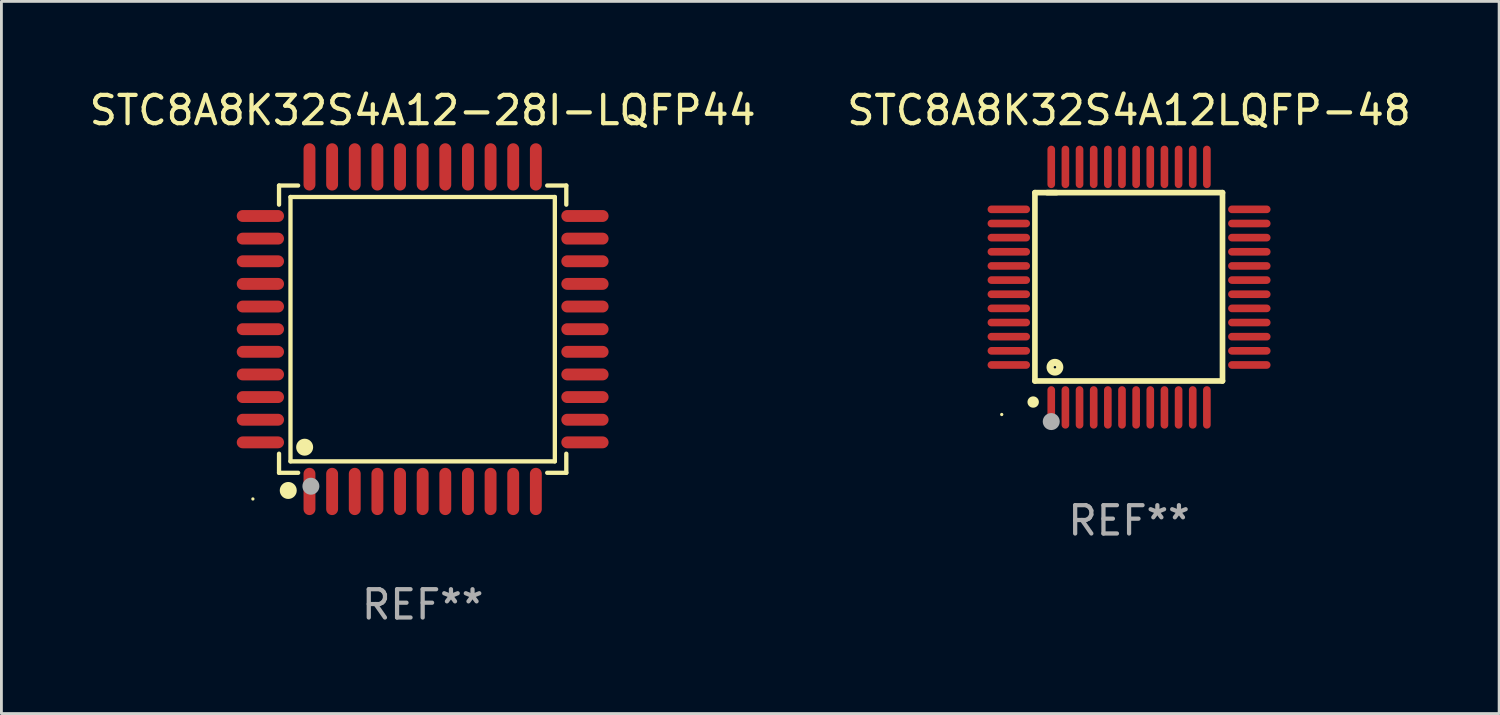
<source format=kicad_pcb>
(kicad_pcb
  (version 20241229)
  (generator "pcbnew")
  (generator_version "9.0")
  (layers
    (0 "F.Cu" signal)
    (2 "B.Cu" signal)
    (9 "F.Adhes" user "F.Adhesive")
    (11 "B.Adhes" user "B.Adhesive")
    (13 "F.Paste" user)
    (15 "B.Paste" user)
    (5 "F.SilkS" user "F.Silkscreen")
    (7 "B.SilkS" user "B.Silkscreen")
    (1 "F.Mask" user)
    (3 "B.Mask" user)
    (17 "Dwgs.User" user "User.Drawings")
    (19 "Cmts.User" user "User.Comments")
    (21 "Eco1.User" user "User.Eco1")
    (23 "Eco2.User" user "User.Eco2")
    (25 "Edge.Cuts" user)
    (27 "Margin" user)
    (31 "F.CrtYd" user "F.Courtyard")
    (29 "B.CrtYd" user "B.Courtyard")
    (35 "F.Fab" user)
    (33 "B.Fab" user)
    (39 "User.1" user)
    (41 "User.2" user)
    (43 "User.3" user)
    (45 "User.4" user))
  (footprint "STC8A8K32S4A12LQFP-48"
    (layer "F.Cu")
    (at 36.851 7.098)
    (property "Reference" "STC8A8K32S4A12LQFP-48" (at 0 -6.25 0) (layer "F.SilkS") (effects (font (size 1 1) (thickness 0.15))))
    (attr through_hole)
    (fp_line (start -3.327 -3.34) (end -2.565 -3.34) (stroke (width 0.2) (type solid)) (layer "F.SilkS"))
    (fp_line (start -3.327 3.315) (end -3.327 -3.34) (stroke (width 0.2) (type solid)) (layer "F.SilkS"))
    (fp_line (start -2.896 -3.34) (end 3.302 -3.34) (stroke (width 0.2) (type solid)) (layer "F.SilkS"))
    (fp_line (start 3.302 -3.34) (end 3.302 3.315) (stroke (width 0.2) (type solid)) (layer "F.SilkS"))
    (fp_line (start 3.302 3.315) (end -3.327 3.315) (stroke (width 0.2) (type solid)) (layer "F.SilkS"))
    (fp_arc (start -3.389992 4.059995) (mid -3.388722 4.059991) (end -3.387452 4.059995) (stroke (width 0.4) (type solid)) (layer "F.SilkS"))
    (fp_circle (center -4.5 4.5) (end -4.47 4.5) (stroke (width 0.06) (type solid)) (fill no) (layer "F.SilkS"))
    (fp_circle (center -2.62 2.83) (end -2.45 2.83) (stroke (width 0.254) (type solid)) (fill no) (layer "F.SilkS"))
    (fp_circle (center -2.75 4.75) (end -2.6 4.75) (stroke (width 0.3) (type solid)) (fill no) (layer "F.Fab"))
    (fp_text user "REF**" (at 0 8.25 0) (layer "F.Fab") (effects (font (size 1 1) (thickness 0.15))))
    (pad "1" smd oval (at -2.75 4.25) (size 0.27 1.5) (layers "F.Cu" "F.Mask" "F.Paste"))
    (pad "2" smd oval (at -2.25 4.25) (size 0.27 1.5) (layers "F.Cu" "F.Mask" "F.Paste"))
    (pad "3" smd oval (at -1.75 4.25) (size 0.27 1.5) (layers "F.Cu" "F.Mask" "F.Paste"))
    (pad "4" smd oval (at -1.25 4.25) (size 0.27 1.5) (layers "F.Cu" "F.Mask" "F.Paste"))
    (pad "5" smd oval (at -0.75 4.25) (size 0.27 1.5) (layers "F.Cu" "F.Mask" "F.Paste"))
    (pad "6" smd oval (at -0.25 4.25) (size 0.27 1.5) (layers "F.Cu" "F.Mask" "F.Paste"))
    (pad "7" smd oval (at 0.25 4.25) (size 0.27 1.5) (layers "F.Cu" "F.Mask" "F.Paste"))
    (pad "8" smd oval (at 0.75 4.25) (size 0.27 1.5) (layers "F.Cu" "F.Mask" "F.Paste"))
    (pad "9" smd oval (at 1.25 4.25) (size 0.27 1.5) (layers "F.Cu" "F.Mask" "F.Paste"))
    (pad "10" smd oval (at 1.75 4.25) (size 0.27 1.5) (layers "F.Cu" "F.Mask" "F.Paste"))
    (pad "11" smd oval (at 2.25 4.25) (size 0.27 1.5) (layers "F.Cu" "F.Mask" "F.Paste"))
    (pad "12" smd oval (at 2.75 4.25) (size 0.27 1.5) (layers "F.Cu" "F.Mask" "F.Paste"))
    (pad "13" smd oval (at 4.25 2.75) (size 1.5 0.27) (layers "F.Cu" "F.Mask" "F.Paste"))
    (pad "14" smd oval (at 4.25 2.25) (size 1.5 0.27) (layers "F.Cu" "F.Mask" "F.Paste"))
    (pad "15" smd oval (at 4.25 1.75) (size 1.5 0.27) (layers "F.Cu" "F.Mask" "F.Paste"))
    (pad "16" smd oval (at 4.25 1.25) (size 1.5 0.27) (layers "F.Cu" "F.Mask" "F.Paste"))
    (pad "17" smd oval (at 4.25 0.75) (size 1.5 0.27) (layers "F.Cu" "F.Mask" "F.Paste"))
    (pad "18" smd oval (at 4.25 0.25) (size 1.5 0.27) (layers "F.Cu" "F.Mask" "F.Paste"))
    (pad "19" smd oval (at 4.25 -0.25) (size 1.5 0.27) (layers "F.Cu" "F.Mask" "F.Paste"))
    (pad "20" smd oval (at 4.25 -0.75) (size 1.5 0.27) (layers "F.Cu" "F.Mask" "F.Paste"))
    (pad "21" smd oval (at 4.25 -1.25) (size 1.5 0.27) (layers "F.Cu" "F.Mask" "F.Paste"))
    (pad "22" smd oval (at 4.25 -1.75) (size 1.5 0.27) (layers "F.Cu" "F.Mask" "F.Paste"))
    (pad "23" smd oval (at 4.25 -2.25) (size 1.5 0.27) (layers "F.Cu" "F.Mask" "F.Paste"))
    (pad "24" smd oval (at 4.25 -2.75) (size 1.5 0.27) (layers "F.Cu" "F.Mask" "F.Paste"))
    (pad "25" smd oval (at 2.75 -4.25) (size 0.27 1.5) (layers "F.Cu" "F.Mask" "F.Paste"))
    (pad "26" smd oval (at 2.25 -4.25) (size 0.27 1.5) (layers "F.Cu" "F.Mask" "F.Paste"))
    (pad "27" smd oval (at 1.75 -4.25) (size 0.27 1.5) (layers "F.Cu" "F.Mask" "F.Paste"))
    (pad "28" smd oval (at 1.25 -4.25) (size 0.27 1.5) (layers "F.Cu" "F.Mask" "F.Paste"))
    (pad "29" smd oval (at 0.75 -4.25) (size 0.27 1.5) (layers "F.Cu" "F.Mask" "F.Paste"))
    (pad "30" smd oval (at 0.25 -4.25) (size 0.27 1.5) (layers "F.Cu" "F.Mask" "F.Paste"))
    (pad "31" smd oval (at -0.25 -4.25) (size 0.27 1.5) (layers "F.Cu" "F.Mask" "F.Paste"))
    (pad "32" smd oval (at -0.75 -4.25) (size 0.27 1.5) (layers "F.Cu" "F.Mask" "F.Paste"))
    (pad "33" smd oval (at -1.25 -4.25) (size 0.27 1.5) (layers "F.Cu" "F.Mask" "F.Paste"))
    (pad "34" smd oval (at -1.75 -4.25) (size 0.27 1.5) (layers "F.Cu" "F.Mask" "F.Paste"))
    (pad "35" smd oval (at -2.25 -4.25) (size 0.27 1.5) (layers "F.Cu" "F.Mask" "F.Paste"))
    (pad "36" smd oval (at -2.75 -4.25) (size 0.27 1.5) (layers "F.Cu" "F.Mask" "F.Paste"))
    (pad "37" smd oval (at -4.25 -2.75) (size 1.5 0.27) (layers "F.Cu" "F.Mask" "F.Paste"))
    (pad "38" smd oval (at -4.25 -2.25) (size 1.5 0.27) (layers "F.Cu" "F.Mask" "F.Paste"))
    (pad "39" smd oval (at -4.25 -1.75) (size 1.5 0.27) (layers "F.Cu" "F.Mask" "F.Paste"))
    (pad "40" smd oval (at -4.25 -1.25) (size 1.5 0.27) (layers "F.Cu" "F.Mask" "F.Paste"))
    (pad "41" smd oval (at -4.25 -0.75) (size 1.5 0.27) (layers "F.Cu" "F.Mask" "F.Paste"))
    (pad "42" smd oval (at -4.25 -0.25) (size 1.5 0.27) (layers "F.Cu" "F.Mask" "F.Paste"))
    (pad "43" smd oval (at -4.25 0.25) (size 1.5 0.27) (layers "F.Cu" "F.Mask" "F.Paste"))
    (pad "44" smd oval (at -4.25 0.75) (size 1.5 0.27) (layers "F.Cu" "F.Mask" "F.Paste"))
    (pad "45" smd oval (at -4.25 1.25) (size 1.5 0.27) (layers "F.Cu" "F.Mask" "F.Paste"))
    (pad "46" smd oval (at -4.25 1.75) (size 1.5 0.27) (layers "F.Cu" "F.Mask" "F.Paste"))
    (pad "47" smd oval (at -4.25 2.25) (size 1.5 0.27) (layers "F.Cu" "F.Mask" "F.Paste"))
    (pad "48" smd oval (at -4.25 2.75) (size 1.5 0.27) (layers "F.Cu" "F.Mask" "F.Paste")))
  (footprint "STC8A8K32S4A12-28I-LQFP44"
    (layer "F.Cu")
    (at 11.887 8.583)
    (property "Reference" "STC8A8K32S4A12-28I-LQFP44" (at 0 -7.735 0) (layer "F.SilkS") (effects (font (size 1 1) (thickness 0.15))))
    (attr through_hole)
    (fp_line (start -5.076 -5.076) (end -4.401 -5.076) (stroke (width 0.152) (type solid)) (layer "F.SilkS"))
    (fp_line (start -5.076 -4.401) (end -5.076 -5.076) (stroke (width 0.152) (type solid)) (layer "F.SilkS"))
    (fp_line (start -5.076 4.401) (end -5.076 5.076) (stroke (width 0.152) (type solid)) (layer "F.SilkS"))
    (fp_line (start -5.076 5.076) (end -4.401 5.076) (stroke (width 0.152) (type solid)) (layer "F.SilkS"))
    (fp_line (start -4.671 -4.671) (end 4.671 -4.671) (stroke (width 0.152) (type solid)) (layer "F.SilkS"))
    (fp_line (start -4.671 4.671) (end -4.671 -4.671) (stroke (width 0.152) (type solid)) (layer "F.SilkS"))
    (fp_line (start 4.671 -4.671) (end 4.671 4.671) (stroke (width 0.152) (type solid)) (layer "F.SilkS"))
    (fp_line (start 4.671 4.671) (end -4.671 4.671) (stroke (width 0.152) (type solid)) (layer "F.SilkS"))
    (fp_line (start 5.076 -5.076) (end 4.401 -5.076) (stroke (width 0.152) (type solid)) (layer "F.SilkS"))
    (fp_line (start 5.076 -4.401) (end 5.076 -5.076) (stroke (width 0.152) (type solid)) (layer "F.SilkS"))
    (fp_line (start 5.076 4.401) (end 5.076 5.076) (stroke (width 0.152) (type solid)) (layer "F.SilkS"))
    (fp_line (start 5.076 5.076) (end 4.401 5.076) (stroke (width 0.152) (type solid)) (layer "F.SilkS"))
    (fp_circle (center -6 6) (end -5.97 6) (stroke (width 0.06) (type solid)) (fill no) (layer "F.SilkS"))
    (fp_circle (center -4.75 5.7) (end -4.6 5.7) (stroke (width 0.3) (type solid)) (fill no) (layer "F.SilkS"))
    (fp_circle (center -4.171 4.171) (end -4.021 4.171) (stroke (width 0.3) (type solid)) (fill no) (layer "F.SilkS"))
    (fp_circle (center -3.95 5.55) (end -3.8 5.55) (stroke (width 0.3) (type solid)) (fill no) (layer "F.Fab"))
    (fp_text user "REF**" (at 0 9.735 0) (layer "F.Fab") (effects (font (size 1 1) (thickness 0.15))))
    (pad "1" smd oval (at -4 5.735) (size 0.42 1.67) (layers "F.Cu" "F.Mask" "F.Paste"))
    (pad "2" smd oval (at -3.2 5.735) (size 0.42 1.67) (layers "F.Cu" "F.Mask" "F.Paste"))
    (pad "3" smd oval (at -2.4 5.735) (size 0.42 1.67) (layers "F.Cu" "F.Mask" "F.Paste"))
    (pad "4" smd oval (at -1.6 5.735) (size 0.42 1.67) (layers "F.Cu" "F.Mask" "F.Paste"))
    (pad "5" smd oval (at -0.8 5.735) (size 0.42 1.67) (layers "F.Cu" "F.Mask" "F.Paste"))
    (pad "6" smd oval (at 0 5.735) (size 0.42 1.67) (layers "F.Cu" "F.Mask" "F.Paste"))
    (pad "7" smd oval (at 0.8 5.735) (size 0.42 1.67) (layers "F.Cu" "F.Mask" "F.Paste"))
    (pad "8" smd oval (at 1.6 5.735) (size 0.42 1.67) (layers "F.Cu" "F.Mask" "F.Paste"))
    (pad "9" smd oval (at 2.4 5.735) (size 0.42 1.67) (layers "F.Cu" "F.Mask" "F.Paste"))
    (pad "10" smd oval (at 3.2 5.735) (size 0.42 1.67) (layers "F.Cu" "F.Mask" "F.Paste"))
    (pad "11" smd oval (at 4 5.735) (size 0.42 1.67) (layers "F.Cu" "F.Mask" "F.Paste"))
    (pad "12" smd oval (at 5.735 4) (size 1.67 0.42) (layers "F.Cu" "F.Mask" "F.Paste"))
    (pad "13" smd oval (at 5.735 3.2) (size 1.67 0.42) (layers "F.Cu" "F.Mask" "F.Paste"))
    (pad "14" smd oval (at 5.735 2.4) (size 1.67 0.42) (layers "F.Cu" "F.Mask" "F.Paste"))
    (pad "15" smd oval (at 5.735 1.6) (size 1.67 0.42) (layers "F.Cu" "F.Mask" "F.Paste"))
    (pad "16" smd oval (at 5.735 0.8) (size 1.67 0.42) (layers "F.Cu" "F.Mask" "F.Paste"))
    (pad "17" smd oval (at 5.735 0) (size 1.67 0.42) (layers "F.Cu" "F.Mask" "F.Paste"))
    (pad "18" smd oval (at 5.735 -0.8) (size 1.67 0.42) (layers "F.Cu" "F.Mask" "F.Paste"))
    (pad "19" smd oval (at 5.735 -1.6) (size 1.67 0.42) (layers "F.Cu" "F.Mask" "F.Paste"))
    (pad "20" smd oval (at 5.735 -2.4) (size 1.67 0.42) (layers "F.Cu" "F.Mask" "F.Paste"))
    (pad "21" smd oval (at 5.735 -3.2) (size 1.67 0.42) (layers "F.Cu" "F.Mask" "F.Paste"))
    (pad "22" smd oval (at 5.735 -4) (size 1.67 0.42) (layers "F.Cu" "F.Mask" "F.Paste"))
    (pad "23" smd oval (at 4 -5.735) (size 0.42 1.67) (layers "F.Cu" "F.Mask" "F.Paste"))
    (pad "24" smd oval (at 3.2 -5.735) (size 0.42 1.67) (layers "F.Cu" "F.Mask" "F.Paste"))
    (pad "25" smd oval (at 2.4 -5.735) (size 0.42 1.67) (layers "F.Cu" "F.Mask" "F.Paste"))
    (pad "26" smd oval (at 1.6 -5.735) (size 0.42 1.67) (layers "F.Cu" "F.Mask" "F.Paste"))
    (pad "27" smd oval (at 0.8 -5.735) (size 0.42 1.67) (layers "F.Cu" "F.Mask" "F.Paste"))
    (pad "28" smd oval (at 0 -5.735) (size 0.42 1.67) (layers "F.Cu" "F.Mask" "F.Paste"))
    (pad "29" smd oval (at -0.8 -5.735) (size 0.42 1.67) (layers "F.Cu" "F.Mask" "F.Paste"))
    (pad "30" smd oval (at -1.6 -5.735) (size 0.42 1.67) (layers "F.Cu" "F.Mask" "F.Paste"))
    (pad "31" smd oval (at -2.4 -5.735) (size 0.42 1.67) (layers "F.Cu" "F.Mask" "F.Paste"))
    (pad "32" smd oval (at -3.2 -5.735) (size 0.42 1.67) (layers "F.Cu" "F.Mask" "F.Paste"))
    (pad "33" smd oval (at -4 -5.735) (size 0.42 1.67) (layers "F.Cu" "F.Mask" "F.Paste"))
    (pad "34" smd oval (at -5.735 -4) (size 1.67 0.42) (layers "F.Cu" "F.Mask" "F.Paste"))
    (pad "35" smd oval (at -5.735 -3.2) (size 1.67 0.42) (layers "F.Cu" "F.Mask" "F.Paste"))
    (pad "36" smd oval (at -5.735 -2.4) (size 1.67 0.42) (layers "F.Cu" "F.Mask" "F.Paste"))
    (pad "37" smd oval (at -5.735 -1.6) (size 1.67 0.42) (layers "F.Cu" "F.Mask" "F.Paste"))
    (pad "38" smd oval (at -5.735 -0.8) (size 1.67 0.42) (layers "F.Cu" "F.Mask" "F.Paste"))
    (pad "39" smd oval (at -5.735 0) (size 1.67 0.42) (layers "F.Cu" "F.Mask" "F.Paste"))
    (pad "40" smd oval (at -5.735 0.8) (size 1.67 0.42) (layers "F.Cu" "F.Mask" "F.Paste"))
    (pad "41" smd oval (at -5.735 1.6) (size 1.67 0.42) (layers "F.Cu" "F.Mask" "F.Paste"))
    (pad "42" smd oval (at -5.735 2.4) (size 1.67 0.42) (layers "F.Cu" "F.Mask" "F.Paste"))
    (pad "43" smd oval (at -5.735 3.2) (size 1.67 0.42) (layers "F.Cu" "F.Mask" "F.Paste"))
    (pad "44" smd oval (at -5.735 4) (size 1.67 0.42) (layers "F.Cu" "F.Mask" "F.Paste")))
  (gr_rect
    (start -3 -3)
    (end 49.929 22.167)
    (stroke (width 0.1) (type default))
    (fill no)
    (layer "Edge.Cuts")))
</source>
